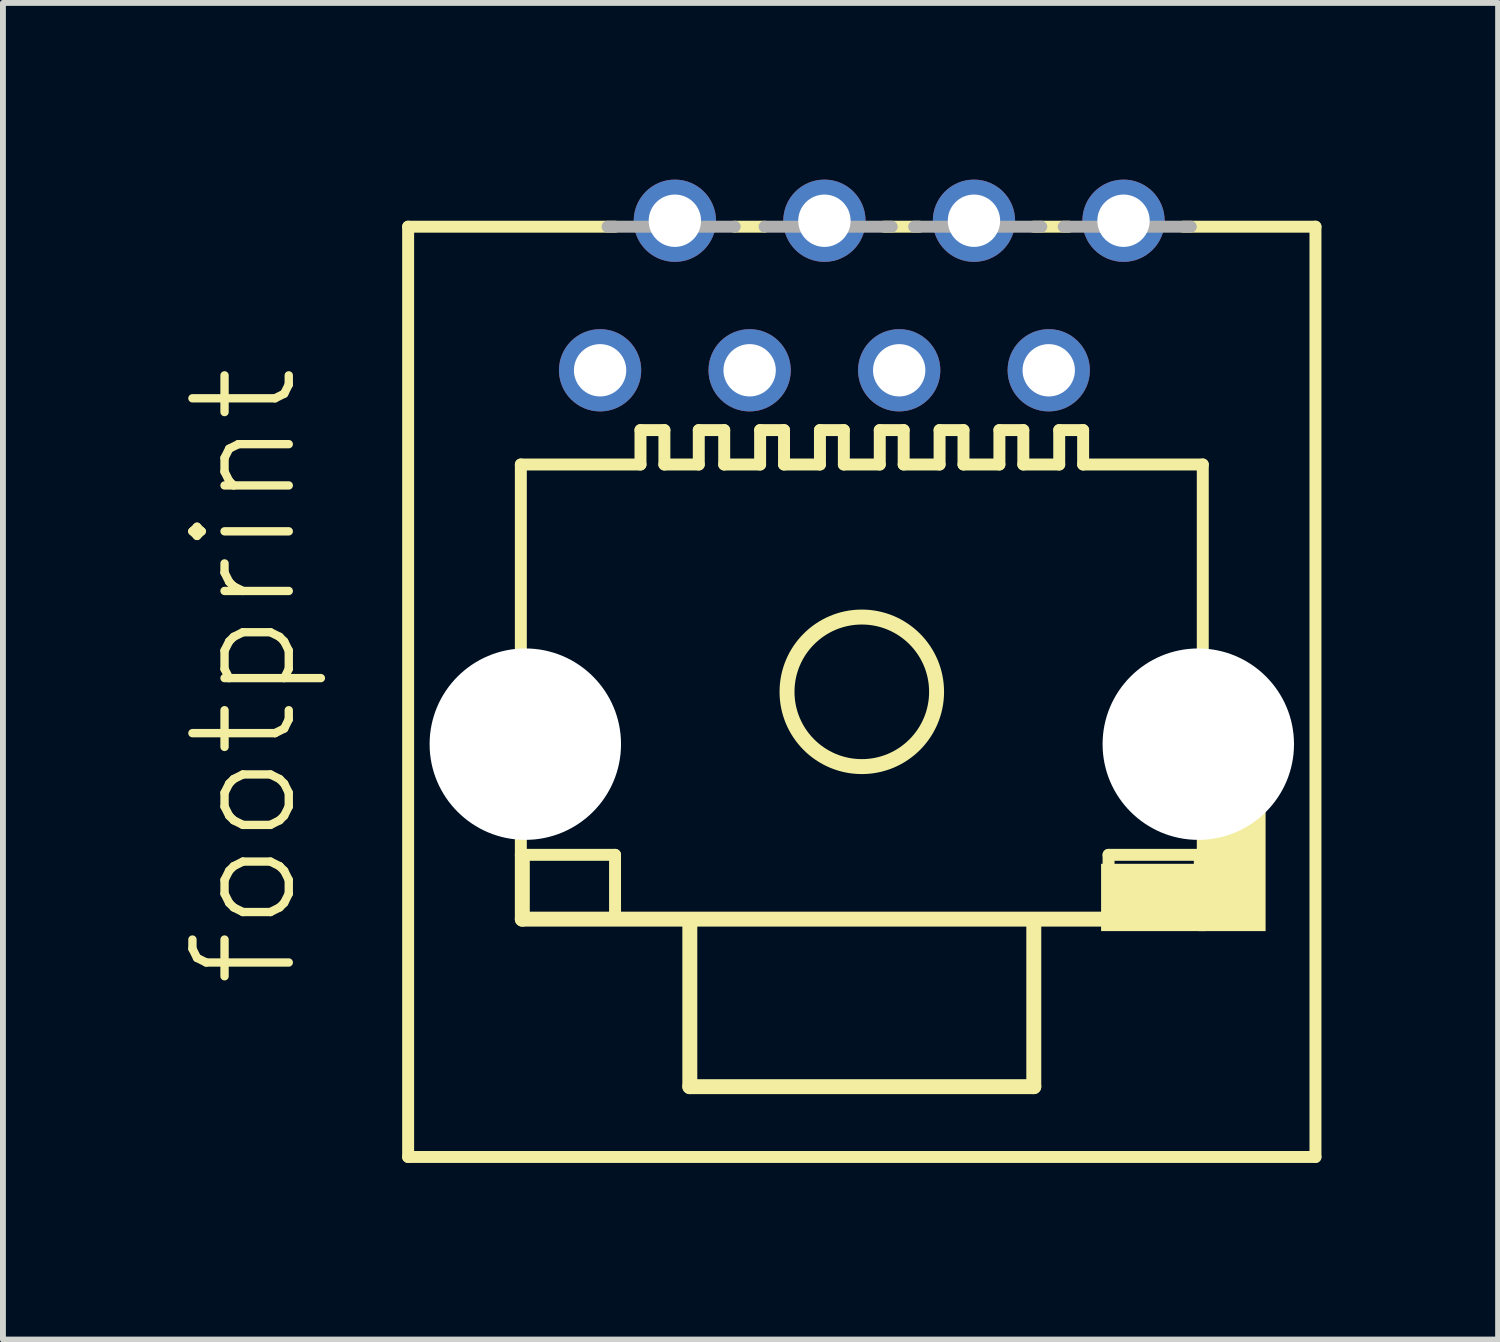
<source format=kicad_pcb>
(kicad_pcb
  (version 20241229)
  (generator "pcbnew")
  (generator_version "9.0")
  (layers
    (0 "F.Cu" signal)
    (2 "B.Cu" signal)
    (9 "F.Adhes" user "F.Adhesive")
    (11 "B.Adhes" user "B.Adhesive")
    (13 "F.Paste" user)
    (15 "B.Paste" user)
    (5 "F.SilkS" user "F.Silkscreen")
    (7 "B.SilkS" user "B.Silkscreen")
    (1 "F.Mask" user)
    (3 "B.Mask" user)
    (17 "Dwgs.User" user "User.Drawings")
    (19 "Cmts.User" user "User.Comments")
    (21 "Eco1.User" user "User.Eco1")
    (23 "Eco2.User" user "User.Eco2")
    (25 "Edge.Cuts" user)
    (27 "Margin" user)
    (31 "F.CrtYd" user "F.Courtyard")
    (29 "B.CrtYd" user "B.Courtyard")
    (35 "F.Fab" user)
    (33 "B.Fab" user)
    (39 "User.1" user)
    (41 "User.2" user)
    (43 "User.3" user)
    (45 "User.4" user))
  (footprint "footprint"
    (layer "F.Cu")
    (at 11.587 8.7)
    (property "Reference" "footprint" (at -9.525 5.08 90) (layer "F.SilkS") (effects (font (size 1.636 1.636) (thickness 0.142)) (justify left bottom)))
    (fp_line (start -7.705 -7.9) (end -7.705 7.9) (stroke (width 0.203) (type solid)) (layer "F.SilkS"))
    (fp_line (start -7.705 7.9) (end 7.705 7.9) (stroke (width 0.203) (type solid)) (layer "F.SilkS"))
    (fp_line (start -5.791 -3.861) (end -5.791 2.769) (stroke (width 0.203) (type solid)) (layer "F.SilkS"))
    (fp_line (start -5.791 2.769) (end -4.191 2.769) (stroke (width 0.203) (type solid)) (layer "F.SilkS"))
    (fp_line (start -5.766 3.861) (end -5.766 2.794) (stroke (width 0.254) (type solid)) (layer "F.SilkS"))
    (fp_line (start -4.191 -7.9) (end -7.705 -7.9) (stroke (width 0.203) (type solid)) (layer "F.SilkS"))
    (fp_line (start -4.191 2.769) (end -4.191 3.861) (stroke (width 0.203) (type solid)) (layer "F.SilkS"))
    (fp_line (start -3.759 -4.445) (end -3.759 -3.861) (stroke (width 0.203) (type solid)) (layer "F.SilkS"))
    (fp_line (start -3.759 -4.445) (end -3.353 -4.445) (stroke (width 0.203) (type solid)) (layer "F.SilkS"))
    (fp_line (start -3.759 -3.861) (end -5.791 -3.861) (stroke (width 0.203) (type solid)) (layer "F.SilkS"))
    (fp_line (start -3.353 -4.445) (end -3.353 -3.861) (stroke (width 0.203) (type solid)) (layer "F.SilkS"))
    (fp_line (start -2.921 3.912) (end -2.921 6.706) (stroke (width 0.254) (type solid)) (layer "F.SilkS"))
    (fp_line (start -2.921 6.706) (end 2.921 6.706) (stroke (width 0.254) (type solid)) (layer "F.SilkS"))
    (fp_line (start -2.769 -4.445) (end -2.769 -3.861) (stroke (width 0.203) (type solid)) (layer "F.SilkS"))
    (fp_line (start -2.769 -4.445) (end -2.337 -4.445) (stroke (width 0.203) (type solid)) (layer "F.SilkS"))
    (fp_line (start -2.769 -3.861) (end -3.353 -3.861) (stroke (width 0.203) (type solid)) (layer "F.SilkS"))
    (fp_line (start -2.337 -4.445) (end -2.337 -3.861) (stroke (width 0.203) (type solid)) (layer "F.SilkS"))
    (fp_line (start -1.727 -4.445) (end -1.727 -3.861) (stroke (width 0.203) (type solid)) (layer "F.SilkS"))
    (fp_line (start -1.727 -4.445) (end -1.321 -4.445) (stroke (width 0.203) (type solid)) (layer "F.SilkS"))
    (fp_line (start -1.727 -3.861) (end -2.337 -3.861) (stroke (width 0.203) (type solid)) (layer "F.SilkS"))
    (fp_line (start -1.651 -7.9) (end -2.159 -7.9) (stroke (width 0.203) (type solid)) (layer "F.SilkS"))
    (fp_line (start -1.321 -4.445) (end -1.321 -3.861) (stroke (width 0.203) (type solid)) (layer "F.SilkS"))
    (fp_line (start -0.711 -4.445) (end -0.711 -3.861) (stroke (width 0.203) (type solid)) (layer "F.SilkS"))
    (fp_line (start -0.711 -4.445) (end -0.305 -4.445) (stroke (width 0.203) (type solid)) (layer "F.SilkS"))
    (fp_line (start -0.711 -3.861) (end -1.321 -3.861) (stroke (width 0.203) (type solid)) (layer "F.SilkS"))
    (fp_line (start -0.305 -4.445) (end -0.305 -3.861) (stroke (width 0.203) (type solid)) (layer "F.SilkS"))
    (fp_line (start 0.305 -4.445) (end 0.305 -3.861) (stroke (width 0.203) (type solid)) (layer "F.SilkS"))
    (fp_line (start 0.305 -4.445) (end 0.711 -4.445) (stroke (width 0.203) (type solid)) (layer "F.SilkS"))
    (fp_line (start 0.305 -3.861) (end -0.305 -3.861) (stroke (width 0.203) (type solid)) (layer "F.SilkS"))
    (fp_line (start 0.711 -4.445) (end 0.711 -3.861) (stroke (width 0.203) (type solid)) (layer "F.SilkS"))
    (fp_line (start 0.974 -7.9) (end 0.381 -7.9) (stroke (width 0.203) (type solid)) (layer "F.SilkS"))
    (fp_line (start 1.321 -4.445) (end 1.321 -3.861) (stroke (width 0.203) (type solid)) (layer "F.SilkS"))
    (fp_line (start 1.321 -4.445) (end 1.727 -4.445) (stroke (width 0.203) (type solid)) (layer "F.SilkS"))
    (fp_line (start 1.321 -3.861) (end 0.711 -3.861) (stroke (width 0.203) (type solid)) (layer "F.SilkS"))
    (fp_line (start 1.727 -4.445) (end 1.727 -3.861) (stroke (width 0.203) (type solid)) (layer "F.SilkS"))
    (fp_line (start 2.337 -4.445) (end 2.337 -3.861) (stroke (width 0.203) (type solid)) (layer "F.SilkS"))
    (fp_line (start 2.337 -4.445) (end 2.743 -4.445) (stroke (width 0.203) (type solid)) (layer "F.SilkS"))
    (fp_line (start 2.337 -3.861) (end 1.727 -3.861) (stroke (width 0.203) (type solid)) (layer "F.SilkS"))
    (fp_line (start 2.743 -4.445) (end 2.743 -3.861) (stroke (width 0.203) (type solid)) (layer "F.SilkS"))
    (fp_line (start 2.921 6.706) (end 2.921 3.912) (stroke (width 0.254) (type solid)) (layer "F.SilkS"))
    (fp_line (start 3.353 -4.445) (end 3.353 -3.861) (stroke (width 0.203) (type solid)) (layer "F.SilkS"))
    (fp_line (start 3.353 -4.445) (end 3.759 -4.445) (stroke (width 0.203) (type solid)) (layer "F.SilkS"))
    (fp_line (start 3.353 -3.861) (end 2.743 -3.861) (stroke (width 0.203) (type solid)) (layer "F.SilkS"))
    (fp_line (start 3.514 -7.9) (end 2.921 -7.9) (stroke (width 0.203) (type solid)) (layer "F.SilkS"))
    (fp_line (start 3.759 -4.445) (end 3.759 -3.861) (stroke (width 0.203) (type solid)) (layer "F.SilkS"))
    (fp_line (start 4.191 2.769) (end 4.191 3.861) (stroke (width 0.203) (type solid)) (layer "F.SilkS"))
    (fp_line (start 5.766 2.819) (end 5.766 3.861) (stroke (width 0.254) (type solid)) (layer "F.SilkS"))
    (fp_line (start 5.766 3.861) (end -5.766 3.861) (stroke (width 0.254) (type solid)) (layer "F.SilkS"))
    (fp_line (start 5.791 -3.861) (end 3.759 -3.861) (stroke (width 0.203) (type solid)) (layer "F.SilkS"))
    (fp_line (start 5.791 -3.861) (end 5.791 2.769) (stroke (width 0.203) (type solid)) (layer "F.SilkS"))
    (fp_line (start 5.791 2.769) (end 4.191 2.769) (stroke (width 0.203) (type solid)) (layer "F.SilkS"))
    (fp_line (start 7.705 -7.9) (end 5.461 -7.9) (stroke (width 0.203) (type solid)) (layer "F.SilkS"))
    (fp_line (start 7.705 7.9) (end 7.705 -7.9) (stroke (width 0.203) (type solid)) (layer "F.SilkS"))
    (fp_circle (center 0 0) (end 1.27 0) (stroke (width 0.254) (type solid)) (fill no) (layer "F.SilkS"))
    (fp_poly (pts (xy 4.064 4.064) (xy 5.842 4.064) (xy 5.842 2.921) (xy 4.064 2.921)) (stroke (width 0) (type solid)) (fill yes) (layer "F.SilkS"))
    (fp_poly (pts (xy 5.715 4.064) (xy 6.858 4.064) (xy 6.858 1.778) (xy 5.715 1.778)) (stroke (width 0) (type solid)) (fill yes) (layer "F.SilkS"))
    (fp_line (start -2.159 -7.9) (end -4.318 -7.9) (stroke (width 0.203) (type solid)) (layer "F.Fab"))
    (fp_line (start 0.508 -7.9) (end -1.651 -7.9) (stroke (width 0.203) (type solid)) (layer "F.Fab"))
    (fp_line (start 3.048 -7.9) (end 0.889 -7.9) (stroke (width 0.203) (type solid)) (layer "F.Fab"))
    (fp_line (start 5.588 -7.9) (end 3.429 -7.9) (stroke (width 0.203) (type solid)) (layer "F.Fab"))
    (pad "" np_thru_hole circle (at -5.715 0.889) (size 3.251 3.251) (drill 3.251) (layers "*.Cu" "*.Mask"))
    (pad "" np_thru_hole circle (at 5.715 0.889) (size 3.251 3.251) (drill 3.251) (layers "*.Cu" "*.Mask"))
    (pad "1" thru_hole circle (at -4.445 -5.461) (size 1.397 1.397) (drill 0.889) (layers "*.Cu" "*.Mask"))
    (pad "2" thru_hole circle (at -3.175 -8.001) (size 1.397 1.397) (drill 0.889) (layers "*.Cu" "*.Mask"))
    (pad "3" thru_hole circle (at -1.905 -5.461) (size 1.397 1.397) (drill 0.889) (layers "*.Cu" "*.Mask"))
    (pad "4" thru_hole circle (at -0.635 -8.001) (size 1.397 1.397) (drill 0.889) (layers "*.Cu" "*.Mask"))
    (pad "5" thru_hole circle (at 0.635 -5.461) (size 1.397 1.397) (drill 0.889) (layers "*.Cu" "*.Mask"))
    (pad "6" thru_hole circle (at 1.905 -8.001) (size 1.397 1.397) (drill 0.889) (layers "*.Cu" "*.Mask"))
    (pad "7" thru_hole circle (at 3.175 -5.461) (size 1.397 1.397) (drill 0.889) (layers "*.Cu" "*.Mask"))
    (pad "8" thru_hole circle (at 4.445 -8.001) (size 1.397 1.397) (drill 0.889) (layers "*.Cu" "*.Mask")))
  (gr_rect
    (start -3 -3)
    (end 22.394 19.701)
    (stroke (width 0.1) (type default))
    (fill no)
    (layer "Edge.Cuts")))
</source>
